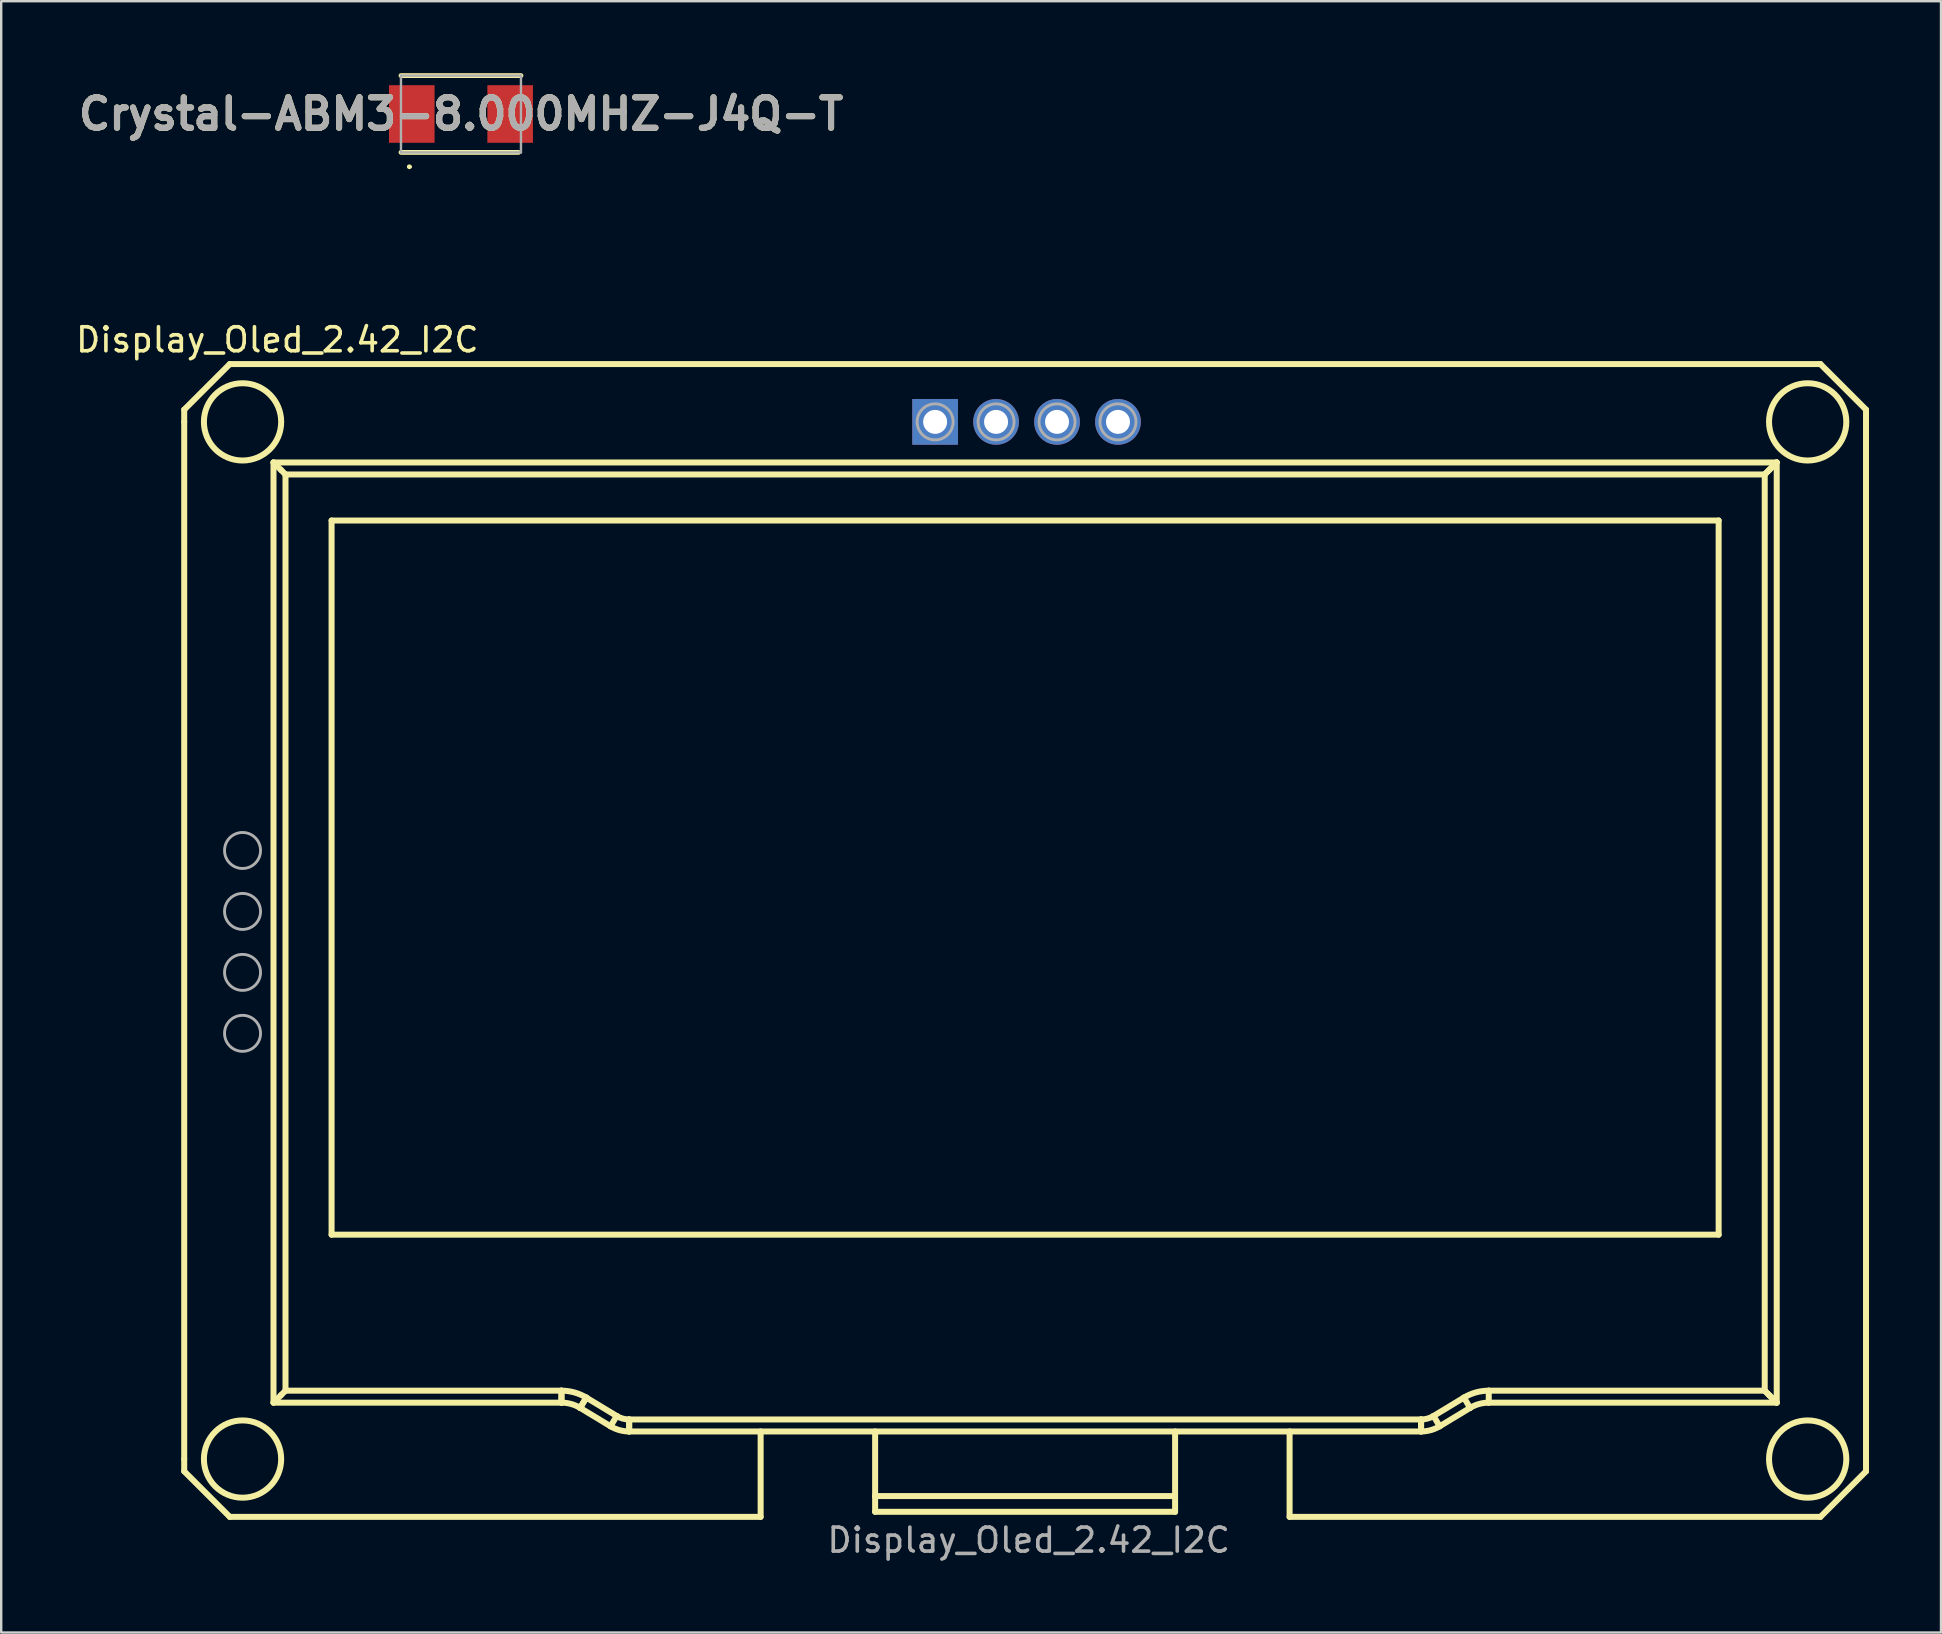
<source format=kicad_pcb>
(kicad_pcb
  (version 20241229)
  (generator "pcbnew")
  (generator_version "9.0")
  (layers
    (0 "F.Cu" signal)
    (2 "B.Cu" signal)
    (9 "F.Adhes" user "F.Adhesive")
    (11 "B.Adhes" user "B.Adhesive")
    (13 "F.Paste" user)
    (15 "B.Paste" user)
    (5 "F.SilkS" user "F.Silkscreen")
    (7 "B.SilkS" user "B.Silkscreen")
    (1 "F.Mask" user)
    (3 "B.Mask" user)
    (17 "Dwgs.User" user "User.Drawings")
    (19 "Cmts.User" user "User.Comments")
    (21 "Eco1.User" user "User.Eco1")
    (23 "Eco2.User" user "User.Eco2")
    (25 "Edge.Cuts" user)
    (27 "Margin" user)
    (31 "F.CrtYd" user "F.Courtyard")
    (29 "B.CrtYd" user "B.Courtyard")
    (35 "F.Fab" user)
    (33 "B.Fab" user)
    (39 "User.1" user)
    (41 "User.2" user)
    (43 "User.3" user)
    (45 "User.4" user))
  (footprint "Crystal-ABM3-8.000MHZ-J4Q-T"
    (layer "F.Cu")
    (at 16.159 1.7)
    (property "Reference" "Crystal-ABM3-8.000MHZ-J4Q-T" (at 0 0 0) (layer "F.SilkS") (effects (font (size 1.27 1.27) (thickness 0.254))))
    (attr smd)
    (fp_line (start -2.5 -1.6) (end 2.5 -1.6) (stroke (width 0.2) (type solid)) (layer "F.SilkS"))
    (fp_line (start -2.5 1.6) (end 2.4 1.6) (stroke (width 0.2) (type solid)) (layer "F.SilkS"))
    (fp_line (start -2.2 2.2) (end -2.2 2.2) (stroke (width 0.1) (type solid)) (layer "F.SilkS"))
    (fp_line (start -2.1 2.2) (end -2.1 2.2) (stroke (width 0.1) (type solid)) (layer "F.SilkS"))
    (fp_arc (start -2.2 2.2) (mid -2.15 2.15) (end -2.1 2.2) (stroke (width 0.1) (type solid)) (layer "F.SilkS"))
    (fp_arc (start -2.1 2.2) (mid -2.15 2.25) (end -2.2 2.2) (stroke (width 0.1) (type solid)) (layer "F.SilkS"))
    (fp_line (start -2.5 -1.6) (end 2.5 -1.6) (stroke (width 0.1) (type solid)) (layer "F.Fab"))
    (fp_line (start -2.5 1.6) (end -2.5 -1.6) (stroke (width 0.1) (type solid)) (layer "F.Fab"))
    (fp_line (start 2.5 -1.6) (end 2.5 1.6) (stroke (width 0.1) (type solid)) (layer "F.Fab"))
    (fp_line (start 2.5 1.6) (end -2.5 1.6) (stroke (width 0.1) (type solid)) (layer "F.Fab"))
    (fp_text user "${REFERENCE}" (at 0 0 0) (layer "F.Fab") (effects (font (size 1.27 1.27) (thickness 0.254))))
    (pad "1" smd rect (at -2.05 0) (size 1.9 2.4) (layers "F.Cu" "F.Mask" "F.Paste"))
    (pad "2" smd rect (at 2.05 0) (size 1.9 2.4) (layers "F.Cu" "F.Mask" "F.Paste")))
  (footprint "Display_Oled_2.42_I2C"
    (layer "F.Cu")
    (at 3.276 7.25)
    (property "Reference" "Display_Oled_2.42_I2C" (at 5.23 3.86 0) (unlocked yes) (layer "F.SilkS") (effects (font (size 1 1) (thickness 0.15))))
    (attr through_hole)
    (fp_line (start 1.35 6.77) (end 1.35 7.28) (stroke (width 0.25) (type default)) (layer "F.SilkS"))
    (fp_line (start 1.35 7.28) (end 1.35 50.5) (stroke (width 0.25) (type default)) (layer "F.SilkS"))
    (fp_line (start 1.35 50.5) (end 1.35 51.01) (stroke (width 0.25) (type default)) (layer "F.SilkS"))
    (fp_line (start 1.35 51.01) (end 3.25 52.91) (stroke (width 0.25) (type default)) (layer "F.SilkS"))
    (fp_line (start 3.25 4.87) (end 1.35 6.77) (stroke (width 0.25) (type default)) (layer "F.SilkS"))
    (fp_line (start 3.25 52.91) (end 25.37 52.91) (stroke (width 0.25) (type default)) (layer "F.SilkS"))
    (fp_line (start 5.071 8.97) (end 67.711 8.97) (stroke (width 0.25) (type default)) (layer "F.SilkS"))
    (fp_line (start 5.071 48.15) (end 5.071 8.97) (stroke (width 0.25) (type default)) (layer "F.SilkS"))
    (fp_line (start 5.571 9.47) (end 5.571 47.65) (stroke (width 0.25) (type default)) (layer "F.SilkS"))
    (fp_line (start 5.571 47.65) (end 17.071 47.65) (stroke (width 0.25) (type default)) (layer "F.SilkS"))
    (fp_line (start 7.491 11.39) (end 7.491 41.15) (stroke (width 0.25) (type default)) (layer "F.SilkS"))
    (fp_line (start 7.491 41.15) (end 65.291 41.15) (stroke (width 0.25) (type default)) (layer "F.SilkS"))
    (fp_line (start 17.071 47.65) (end 17.071 48.15) (stroke (width 0.25) (type default)) (layer "F.SilkS"))
    (fp_line (start 17.071 48.15) (end 5.071 48.15) (stroke (width 0.25) (type default)) (layer "F.SilkS"))
    (fp_line (start 17.071 48.15) (end 17.071 47.65) (stroke (width 0.25) (type default)) (layer "F.SilkS"))
    (fp_line (start 17.848 48.367) (end 18.106 47.939) (stroke (width 0.25) (type default)) (layer "F.SilkS"))
    (fp_line (start 17.848 48.367) (end 18.106 47.939) (stroke (width 0.25) (type default)) (layer "F.SilkS"))
    (fp_line (start 18.106 47.939) (end 19.373 48.706) (stroke (width 0.25) (type default)) (layer "F.SilkS"))
    (fp_line (start 19.114 49.133) (end 17.848 48.367) (stroke (width 0.25) (type default)) (layer "F.SilkS"))
    (fp_line (start 19.114 49.133) (end 19.373 48.706) (stroke (width 0.25) (type default)) (layer "F.SilkS"))
    (fp_line (start 19.891 48.85) (end 19.891 49.35) (stroke (width 0.25) (type default)) (layer "F.SilkS"))
    (fp_line (start 19.891 48.85) (end 52.891 48.85) (stroke (width 0.25) (type default)) (layer "F.SilkS"))
    (fp_line (start 19.891 49.35) (end 19.891 48.85) (stroke (width 0.25) (type default)) (layer "F.SilkS"))
    (fp_line (start 25.37 52.91) (end 25.37 49.35) (stroke (width 0.25) (type default)) (layer "F.SilkS"))
    (fp_line (start 30.141 49.35) (end 30.141 52.043) (stroke (width 0.25) (type default)) (layer "F.SilkS"))
    (fp_line (start 30.141 52.043) (end 30.141 52.698) (stroke (width 0.25) (type default)) (layer "F.SilkS"))
    (fp_line (start 30.141 52.698) (end 42.641 52.698) (stroke (width 0.25) (type default)) (layer "F.SilkS"))
    (fp_line (start 42.641 49.35) (end 42.641 52.698) (stroke (width 0.25) (type default)) (layer "F.SilkS"))
    (fp_line (start 42.641 52.043) (end 30.141 52.043) (stroke (width 0.25) (type default)) (layer "F.SilkS"))
    (fp_line (start 47.412 49.35) (end 47.412 52.91) (stroke (width 0.25) (type default)) (layer "F.SilkS"))
    (fp_line (start 47.412 52.91) (end 69.532 52.91) (stroke (width 0.25) (type default)) (layer "F.SilkS"))
    (fp_line (start 52.891 48.85) (end 52.891 49.35) (stroke (width 0.25) (type default)) (layer "F.SilkS"))
    (fp_line (start 52.891 49.35) (end 19.891 49.35) (stroke (width 0.25) (type default)) (layer "F.SilkS"))
    (fp_line (start 52.891 48.85) (end 52.891 49.35) (stroke (width 0.25) (type default)) (layer "F.SilkS"))
    (fp_line (start 53.409 48.706) (end 53.668 49.133) (stroke (width 0.25) (type default)) (layer "F.SilkS"))
    (fp_line (start 53.409 48.706) (end 54.676 47.939) (stroke (width 0.25) (type default)) (layer "F.SilkS"))
    (fp_line (start 54.676 47.939) (end 54.934 48.367) (stroke (width 0.25) (type default)) (layer "F.SilkS"))
    (fp_line (start 54.934 48.367) (end 53.668 49.133) (stroke (width 0.25) (type default)) (layer "F.SilkS"))
    (fp_line (start 54.934 48.367) (end 54.934 48.367) (stroke (width 0.25) (type default)) (layer "F.SilkS"))
    (fp_line (start 55.711 47.65) (end 67.211 47.65) (stroke (width 0.25) (type default)) (layer "F.SilkS"))
    (fp_line (start 55.711 47.65) (end 55.711 48.15) (stroke (width 0.25) (type default)) (layer "F.SilkS"))
    (fp_line (start 65.291 11.39) (end 7.491 11.39) (stroke (width 0.25) (type default)) (layer "F.SilkS"))
    (fp_line (start 65.291 41.15) (end 65.291 11.39) (stroke (width 0.25) (type default)) (layer "F.SilkS"))
    (fp_line (start 67.211 9.47) (end 5.571 9.47) (stroke (width 0.25) (type default)) (layer "F.SilkS"))
    (fp_line (start 67.211 9.47) (end 67.711 8.97) (stroke (width 0.25) (type default)) (layer "F.SilkS"))
    (fp_line (start 67.211 47.65) (end 67.211 9.47) (stroke (width 0.25) (type default)) (layer "F.SilkS"))
    (fp_line (start 67.711 8.97) (end 67.711 48.15) (stroke (width 0.25) (type default)) (layer "F.SilkS"))
    (fp_line (start 67.711 48.15) (end 55.711 48.15) (stroke (width 0.25) (type default)) (layer "F.SilkS"))
    (fp_line (start 67.711 48.15) (end 67.211 47.65) (stroke (width 0.25) (type default)) (layer "F.SilkS"))
    (fp_line (start 69.532 4.87) (end 3.25 4.87) (stroke (width 0.25) (type default)) (layer "F.SilkS"))
    (fp_line (start 69.532 52.91) (end 71.432 51.01) (stroke (width 0.25) (type default)) (layer "F.SilkS"))
    (fp_line (start 71.432 6.77) (end 69.532 4.87) (stroke (width 0.25) (type default)) (layer "F.SilkS"))
    (fp_line (start 71.432 51.01) (end 71.432 6.77) (stroke (width 0.25) (type default)) (layer "F.SilkS"))
    (fp_arc (start 17.071 47.65) (mid 17.60852 47.723585) (end 18.106486 47.938927) (stroke (width 0.25) (type default)) (layer "F.SilkS"))
    (fp_arc (start 17.071 48.15) (mid 17.47414 48.205189) (end 17.847614 48.366695) (stroke (width 0.25) (type default)) (layer "F.SilkS"))
    (fp_arc (start 19.891 48.85) (mid 19.62224 48.813207) (end 19.373258 48.705534) (stroke (width 0.25) (type default)) (layer "F.SilkS"))
    (fp_arc (start 19.891 49.35) (mid 19.48786 49.294811) (end 19.114386 49.133304) (stroke (width 0.25) (type default)) (layer "F.SilkS"))
    (fp_arc (start 53.408743 48.705536) (mid 53.159759 48.813207) (end 52.890999 48.85) (stroke (width 0.25) (type default)) (layer "F.SilkS"))
    (fp_arc (start 53.66761 49.133307) (mid 53.294138 49.294812) (end 52.891 49.349998) (stroke (width 0.25) (type default)) (layer "F.SilkS"))
    (fp_arc (start 54.675515 47.938927) (mid 55.173481 47.723585) (end 55.711 47.650001) (stroke (width 0.25) (type default)) (layer "F.SilkS"))
    (fp_arc (start 54.934385 48.366697) (mid 55.307858 48.20519) (end 55.710996 48.15) (stroke (width 0.25) (type default)) (layer "F.SilkS"))
    (fp_circle (center 3.781 7.28) (end 5.391 7.28) (stroke (width 0.25) (type default)) (fill no) (layer "F.SilkS"))
    (fp_circle (center 3.781 50.5) (end 5.391 50.5) (stroke (width 0.25) (type default)) (fill no) (layer "F.SilkS"))
    (fp_circle (center 69.001 7.28) (end 70.611 7.28) (stroke (width 0.25) (type default)) (fill no) (layer "F.SilkS"))
    (fp_circle (center 69.001 50.5) (end 70.611 50.5) (stroke (width 0.25) (type default)) (fill no) (layer "F.SilkS"))
    (fp_curve (pts (xy 5.071 8.97) (xy 5.071 8.97) (xy 5.082 8.981) (xy 5.106 9.005)) (stroke (width 0.25) (type default)) (layer "F.SilkS"))
    (fp_curve (pts (xy 5.071 48.15) (xy 5.071 48.15) (xy 5.082 48.139) (xy 5.106 48.115)) (stroke (width 0.25) (type default)) (layer "F.SilkS"))
    (fp_curve (pts (xy 5.106 9.005) (xy 5.13 9.029) (xy 5.169 9.068) (xy 5.217 9.116)) (stroke (width 0.25) (type default)) (layer "F.SilkS"))
    (fp_curve (pts (xy 5.106 48.115) (xy 5.13 48.091) (xy 5.169 48.052) (xy 5.217 48.004)) (stroke (width 0.25) (type default)) (layer "F.SilkS"))
    (fp_curve (pts (xy 5.217 9.116) (xy 5.266 9.165) (xy 5.325 9.224) (xy 5.387 9.286)) (stroke (width 0.25) (type default)) (layer "F.SilkS"))
    (fp_curve (pts (xy 5.217 48.004) (xy 5.266 47.955) (xy 5.325 47.896) (xy 5.387 47.834)) (stroke (width 0.25) (type default)) (layer "F.SilkS"))
    (fp_curve (pts (xy 5.387 9.286) (xy 5.449 9.348) (xy 5.512 9.411) (xy 5.571 9.47)) (stroke (width 0.25) (type default)) (layer "F.SilkS"))
    (fp_curve (pts (xy 5.387 47.834) (xy 5.449 47.772) (xy 5.512 47.709) (xy 5.571 47.65)) (stroke (width 0.25) (type default)) (layer "F.SilkS"))
    (fp_curve (pts (xy 67.211 9.47) (xy 67.27 9.411) (xy 67.333 9.348) (xy 67.395 9.286)) (stroke (width 0.25) (type default)) (layer "F.SilkS"))
    (fp_curve (pts (xy 67.211 47.65) (xy 67.27 47.709) (xy 67.333 47.772) (xy 67.395 47.834)) (stroke (width 0.25) (type default)) (layer "F.SilkS"))
    (fp_curve (pts (xy 67.395 9.286) (xy 67.457 9.224) (xy 67.516 9.165) (xy 67.565 9.116)) (stroke (width 0.25) (type default)) (layer "F.SilkS"))
    (fp_curve (pts (xy 67.395 47.834) (xy 67.457 47.896) (xy 67.516 47.955) (xy 67.565 48.004)) (stroke (width 0.25) (type default)) (layer "F.SilkS"))
    (fp_curve (pts (xy 67.565 9.116) (xy 67.613 9.068) (xy 67.652 9.029) (xy 67.676 9.005)) (stroke (width 0.25) (type default)) (layer "F.SilkS"))
    (fp_curve (pts (xy 67.565 48.004) (xy 67.613 48.052) (xy 67.652 48.091) (xy 67.676 48.115)) (stroke (width 0.25) (type default)) (layer "F.SilkS"))
    (fp_curve (pts (xy 67.676 9.005) (xy 67.7 8.981) (xy 67.711 8.97) (xy 67.711 8.97)) (stroke (width 0.25) (type default)) (layer "F.SilkS"))
    (fp_curve (pts (xy 67.676 48.115) (xy 67.7 48.139) (xy 67.711 48.15) (xy 67.711 48.15)) (stroke (width 0.25) (type default)) (layer "F.SilkS"))
    (fp_circle (center 3.781 25.14) (end 4.531 25.14) (stroke (width 0.12) (type default)) (fill no) (layer "F.Fab"))
    (fp_circle (center 3.781 27.68) (end 4.531 27.68) (stroke (width 0.12) (type default)) (fill no) (layer "F.Fab"))
    (fp_circle (center 3.781 30.22) (end 4.531 30.22) (stroke (width 0.12) (type default)) (fill no) (layer "F.Fab"))
    (fp_circle (center 3.781 32.76) (end 4.531 32.76) (stroke (width 0.12) (type default)) (fill no) (layer "F.Fab"))
    (fp_circle (center 32.641 7.28) (end 33.391 7.28) (stroke (width 0.12) (type default)) (fill no) (layer "F.Fab"))
    (fp_circle (center 35.181 7.28) (end 35.931 7.28) (stroke (width 0.12) (type default)) (fill no) (layer "F.Fab"))
    (fp_circle (center 37.721 7.28) (end 38.471 7.28) (stroke (width 0.12) (type default)) (fill no) (layer "F.Fab"))
    (fp_circle (center 40.261 7.28) (end 41.011 7.28) (stroke (width 0.12) (type default)) (fill no) (layer "F.Fab"))
    (fp_text user "${REFERENCE}" (at 36.54 53.88 0) (unlocked yes) (layer "F.Fab") (effects (font (size 1 1) (thickness 0.15))))
    (pad "1" thru_hole rect (at 32.641 7.28) (size 1.905 1.905) (drill 1) (layers "*.Cu" "*.Mask"))
    (pad "2" thru_hole circle (at 35.181 7.28) (size 1.905 1.905) (drill 1) (layers "*.Cu" "*.Mask"))
    (pad "3" thru_hole circle (at 37.721 7.28) (size 1.905 1.905) (drill 1) (layers "*.Cu" "*.Mask"))
    (pad "4" thru_hole circle (at 40.261 7.28) (size 1.905 1.905) (drill 1) (layers "*.Cu" "*.Mask")))
  (gr_rect
    (start -3 -3)
    (end 77.833 64.978)
    (stroke (width 0.1) (type default))
    (fill no)
    (layer "Edge.Cuts")))
</source>
